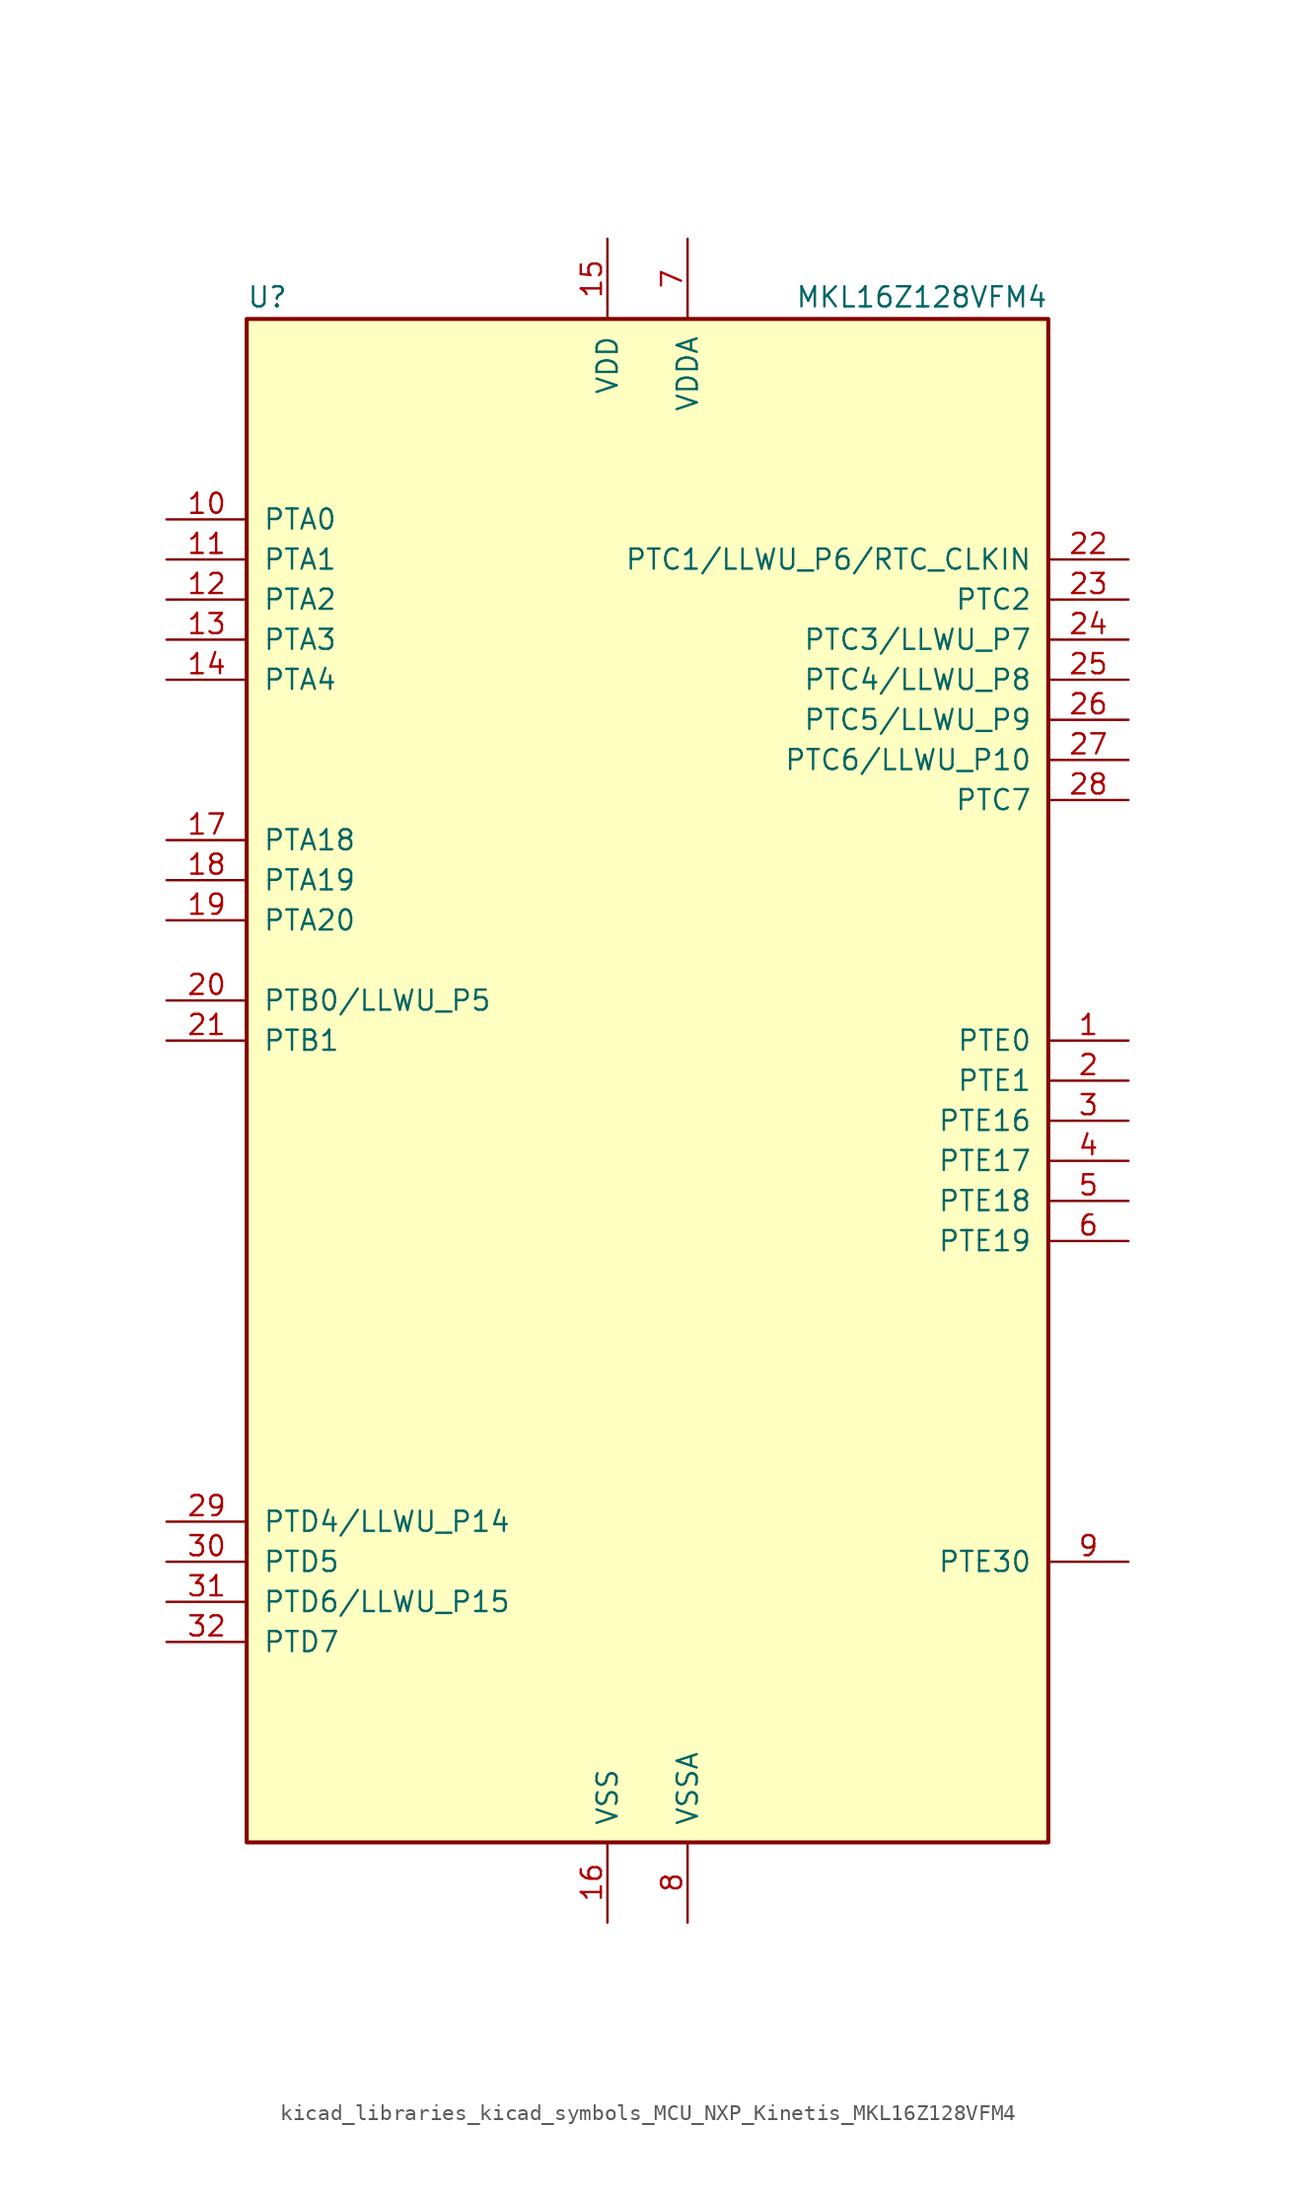
<source format=kicad_sym>
(kicad_symbol_lib
  (version 20220914)
  (generator kicad_symbol_editor)
  (symbol "kicad_libraries_kicad_symbols_MCU_NXP_Kinetis_MKL16Z128VFM4"
    (pin_names
      (offset 1.016))
    (property "Reference" "U"
      (at -25.4 48.895 0)
      (effects (font (size 1.27 1.27)) (justify left bottom)))
    (property "Value" "MKL16Z128VFM4"
      (at 25.4 48.895 0)
      (effects (font (size 1.27 1.27)) (justify right bottom)))
    (symbol "kicad_libraries_kicad_symbols_MCU_NXP_Kinetis_MKL16Z128VFM4_0_1"
      (rectangle (start -25.4 48.26) (end 25.4 -48.26) (stroke (width 0.254) (type default)) (fill (type background))))
    (symbol "kicad_libraries_kicad_symbols_MCU_NXP_Kinetis_MKL16Z128VFM4_1_1"
      (pin bidirectional line (at 30.48 2.54 180) (length 5.08) (name "PTE0" (effects (font (size 1.27 1.27)))) (number "1" (effects (font (size 1.27 1.27)))))
      (pin bidirectional line (at -30.48 35.56 0) (length 5.08) (name "PTA0" (effects (font (size 1.27 1.27)))) (number "10" (effects (font (size 1.27 1.27)))))
      (pin bidirectional line (at -30.48 33.02 0) (length 5.08) (name "PTA1" (effects (font (size 1.27 1.27)))) (number "11" (effects (font (size 1.27 1.27)))))
      (pin bidirectional line (at -30.48 30.48 0) (length 5.08) (name "PTA2" (effects (font (size 1.27 1.27)))) (number "12" (effects (font (size 1.27 1.27)))))
      (pin bidirectional line (at -30.48 27.94 0) (length 5.08) (name "PTA3" (effects (font (size 1.27 1.27)))) (number "13" (effects (font (size 1.27 1.27)))))
      (pin bidirectional line (at -30.48 25.4 0) (length 5.08) (name "PTA4" (effects (font (size 1.27 1.27)))) (number "14" (effects (font (size 1.27 1.27)))))
      (pin power_in line (at -2.54 53.34 270) (length 5.08) (name "VDD" (effects (font (size 1.27 1.27)))) (number "15" (effects (font (size 1.27 1.27)))))
      (pin power_in line (at -2.54 -53.34 90) (length 5.08) (name "VSS" (effects (font (size 1.27 1.27)))) (number "16" (effects (font (size 1.27 1.27)))))
      (pin bidirectional line (at -30.48 15.24 0) (length 5.08) (name "PTA18" (effects (font (size 1.27 1.27)))) (number "17" (effects (font (size 1.27 1.27)))))
      (pin bidirectional line (at -30.48 12.7 0) (length 5.08) (name "PTA19" (effects (font (size 1.27 1.27)))) (number "18" (effects (font (size 1.27 1.27)))))
      (pin bidirectional line (at -30.48 10.16 0) (length 5.08) (name "PTA20" (effects (font (size 1.27 1.27)))) (number "19" (effects (font (size 1.27 1.27)))))
      (pin bidirectional line (at 30.48 0 180) (length 5.08) (name "PTE1" (effects (font (size 1.27 1.27)))) (number "2" (effects (font (size 1.27 1.27)))))
      (pin bidirectional line (at -30.48 5.08 0) (length 5.08) (name "PTB0/LLWU_P5" (effects (font (size 1.27 1.27)))) (number "20" (effects (font (size 1.27 1.27)))))
      (pin bidirectional line (at -30.48 2.54 0) (length 5.08) (name "PTB1" (effects (font (size 1.27 1.27)))) (number "21" (effects (font (size 1.27 1.27)))))
      (pin bidirectional line (at 30.48 33.02 180) (length 5.08) (name "PTC1/LLWU_P6/RTC_CLKIN" (effects (font (size 1.27 1.27)))) (number "22" (effects (font (size 1.27 1.27)))))
      (pin bidirectional line (at 30.48 30.48 180) (length 5.08) (name "PTC2" (effects (font (size 1.27 1.27)))) (number "23" (effects (font (size 1.27 1.27)))))
      (pin bidirectional line (at 30.48 27.94 180) (length 5.08) (name "PTC3/LLWU_P7" (effects (font (size 1.27 1.27)))) (number "24" (effects (font (size 1.27 1.27)))))
      (pin bidirectional line (at 30.48 25.4 180) (length 5.08) (name "PTC4/LLWU_P8" (effects (font (size 1.27 1.27)))) (number "25" (effects (font (size 1.27 1.27)))))
      (pin bidirectional line (at 30.48 22.86 180) (length 5.08) (name "PTC5/LLWU_P9" (effects (font (size 1.27 1.27)))) (number "26" (effects (font (size 1.27 1.27)))))
      (pin bidirectional line (at 30.48 20.32 180) (length 5.08) (name "PTC6/LLWU_P10" (effects (font (size 1.27 1.27)))) (number "27" (effects (font (size 1.27 1.27)))))
      (pin bidirectional line (at 30.48 17.78 180) (length 5.08) (name "PTC7" (effects (font (size 1.27 1.27)))) (number "28" (effects (font (size 1.27 1.27)))))
      (pin bidirectional line (at -30.48 -27.94 0) (length 5.08) (name "PTD4/LLWU_P14" (effects (font (size 1.27 1.27)))) (number "29" (effects (font (size 1.27 1.27)))))
      (pin bidirectional line (at 30.48 -2.54 180) (length 5.08) (name "PTE16" (effects (font (size 1.27 1.27)))) (number "3" (effects (font (size 1.27 1.27)))))
      (pin bidirectional line (at -30.48 -30.48 0) (length 5.08) (name "PTD5" (effects (font (size 1.27 1.27)))) (number "30" (effects (font (size 1.27 1.27)))))
      (pin bidirectional line (at -30.48 -33.02 0) (length 5.08) (name "PTD6/LLWU_P15" (effects (font (size 1.27 1.27)))) (number "31" (effects (font (size 1.27 1.27)))))
      (pin bidirectional line (at -30.48 -35.56 0) (length 5.08) (name "PTD7" (effects (font (size 1.27 1.27)))) (number "32" (effects (font (size 1.27 1.27)))))
      (pin bidirectional line (at 30.48 -5.08 180) (length 5.08) (name "PTE17" (effects (font (size 1.27 1.27)))) (number "4" (effects (font (size 1.27 1.27)))))
      (pin bidirectional line (at 30.48 -7.62 180) (length 5.08) (name "PTE18" (effects (font (size 1.27 1.27)))) (number "5" (effects (font (size 1.27 1.27)))))
      (pin bidirectional line (at 30.48 -10.16 180) (length 5.08) (name "PTE19" (effects (font (size 1.27 1.27)))) (number "6" (effects (font (size 1.27 1.27)))))
      (pin power_in line (at 2.54 53.34 270) (length 5.08) (name "VDDA" (effects (font (size 1.27 1.27)))) (number "7" (effects (font (size 1.27 1.27)))))
      (pin power_in line (at 2.54 -53.34 90) (length 5.08) (name "VSSA" (effects (font (size 1.27 1.27)))) (number "8" (effects (font (size 1.27 1.27)))))
      (pin bidirectional line (at 30.48 -30.48 180) (length 5.08) (name "PTE30" (effects (font (size 1.27 1.27)))) (number "9" (effects (font (size 1.27 1.27))))))))
</source>
